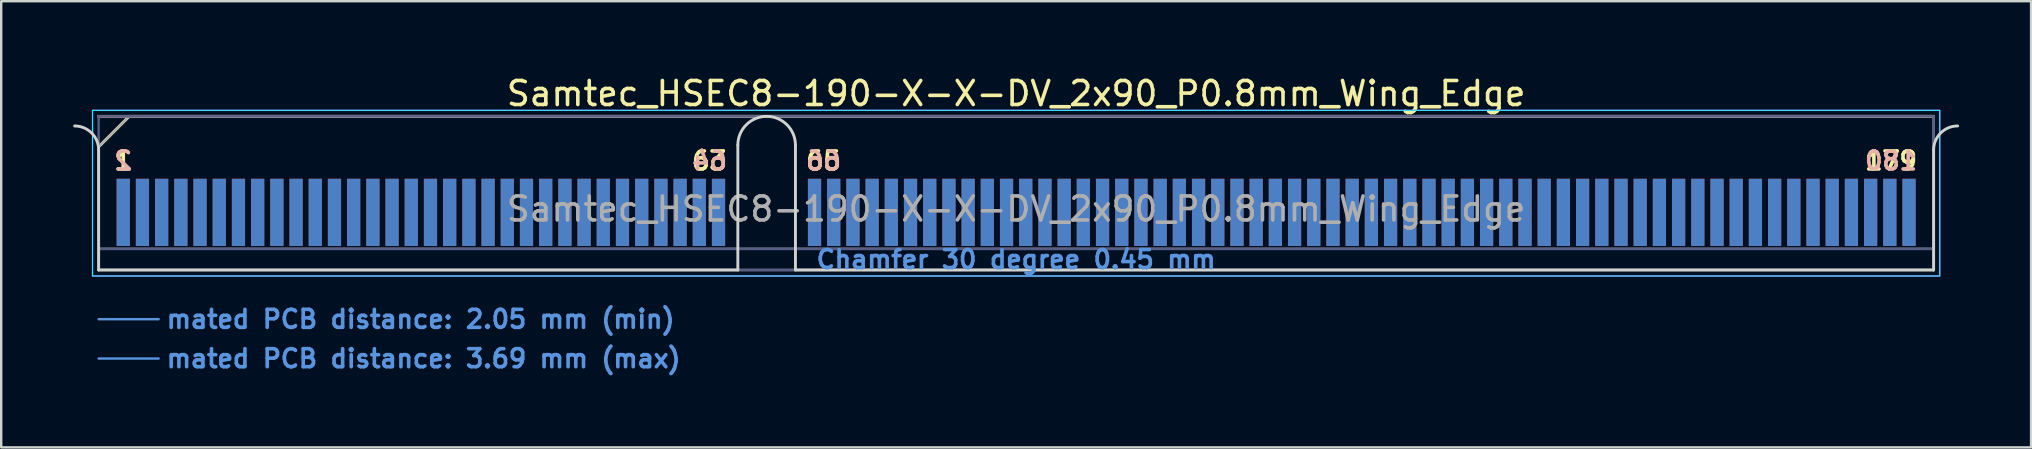
<source format=kicad_pcb>
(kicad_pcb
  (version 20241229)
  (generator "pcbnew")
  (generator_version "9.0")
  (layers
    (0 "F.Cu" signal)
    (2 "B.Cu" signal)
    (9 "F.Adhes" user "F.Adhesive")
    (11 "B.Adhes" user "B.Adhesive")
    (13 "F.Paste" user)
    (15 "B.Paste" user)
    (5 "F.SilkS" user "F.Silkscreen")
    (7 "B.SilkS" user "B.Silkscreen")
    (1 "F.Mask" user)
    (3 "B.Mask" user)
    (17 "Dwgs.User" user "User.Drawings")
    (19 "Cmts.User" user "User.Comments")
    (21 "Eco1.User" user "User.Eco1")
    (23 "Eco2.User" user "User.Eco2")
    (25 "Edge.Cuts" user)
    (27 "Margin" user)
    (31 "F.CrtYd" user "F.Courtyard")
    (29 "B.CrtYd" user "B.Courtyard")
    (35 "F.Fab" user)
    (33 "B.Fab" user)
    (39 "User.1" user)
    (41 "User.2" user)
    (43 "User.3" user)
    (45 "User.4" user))
  (footprint "Samtec_HSEC8-190-X-X-DV_2x90_P0.8mm_Wing_Edge"
    (layer "F.Cu")
    (at 39.285 8.198)
    (property "Reference" "Samtec_HSEC8-190-X-X-DV_2x90_P0.8mm_Wing_Edge" (at 0 -7.35 0) (layer "F.SilkS") (effects (font (size 1 1) (thickness 0.15))))
    (attr exclude_from_pos_files exclude_from_bom)
    (fp_line (start -38.225 -5.13) (end -36.955 -6.4) (stroke (width 0.12) (type solid)) (layer "F.SilkS"))
    (fp_line (start -36.955 -6.4) (end 38.225 -6.4) (stroke (width 0.12) (type solid)) (layer "F.SilkS"))
    (fp_line (start -38.225 -6.4) (end -38.225 -6.4) (stroke (width 0.12) (type solid)) (layer "B.SilkS"))
    (fp_line (start -38.225 -6.4) (end 38.225 -6.4) (stroke (width 0.12) (type solid)) (layer "B.SilkS"))
    (fp_line (start -38.225 2.05) (end -35.725 2.05) (stroke (width 0.1) (type solid)) (layer "Cmts.User"))
    (fp_line (start -38.225 3.69) (end -35.725 3.69) (stroke (width 0.1) (type solid)) (layer "Cmts.User"))
    (fp_line (start -38.225 -5) (end -38.225 0) (stroke (width 0.12) (type solid)) (layer "Edge.Cuts"))
    (fp_line (start -38.225 0) (end -11.595 0) (stroke (width 0.12) (type solid)) (layer "Edge.Cuts"))
    (fp_line (start -11.595 0) (end -11.595 -5.2) (stroke (width 0.12) (type solid)) (layer "Edge.Cuts"))
    (fp_line (start -9.195 -5.2) (end -9.195 0) (stroke (width 0.12) (type solid)) (layer "Edge.Cuts"))
    (fp_line (start -9.195 0) (end 38.225 0) (stroke (width 0.12) (type solid)) (layer "Edge.Cuts"))
    (fp_line (start 38.225 0) (end 38.225 -5) (stroke (width 0.12) (type solid)) (layer "Edge.Cuts"))
    (fp_arc (start -39.225 -6) (mid -38.517893 -5.707107) (end -38.225 -5) (stroke (width 0.12) (type solid)) (layer "Edge.Cuts"))
    (fp_arc (start -11.595 -5.2) (mid -10.395 -6.4) (end -9.195 -5.2) (stroke (width 0.12) (type solid)) (layer "Edge.Cuts"))
    (fp_arc (start 38.225 -5) (mid 38.517893 -5.707107) (end 39.225 -6) (stroke (width 0.12) (type solid)) (layer "Edge.Cuts"))
    (fp_rect (start -38.48 -6.65) (end 38.48 0.25) (stroke (width 0.05) (type solid)) (fill no) (layer "B.CrtYd"))
    (fp_rect (start -38.48 -6.65) (end 38.48 0.25) (stroke (width 0.05) (type solid)) (fill no) (layer "F.CrtYd"))
    (fp_line (start -38.225 -6.4) (end -38.225 -6.4) (stroke (width 0.1) (type solid)) (layer "B.Fab"))
    (fp_line (start -38.225 -6.4) (end -38.225 0) (stroke (width 0.1) (type solid)) (layer "B.Fab"))
    (fp_line (start -38.225 -6.4) (end 38.225 -6.4) (stroke (width 0.1) (type solid)) (layer "B.Fab"))
    (fp_line (start -38.225 -0.88) (end 38.225 -0.88) (stroke (width 0.1) (type solid)) (layer "B.Fab"))
    (fp_line (start -38.225 0) (end 38.225 0) (stroke (width 0.1) (type solid)) (layer "B.Fab"))
    (fp_line (start 38.225 -6.4) (end 38.225 0) (stroke (width 0.1) (type solid)) (layer "B.Fab"))
    (fp_line (start -38.225 -5.13) (end -38.225 0) (stroke (width 0.1) (type solid)) (layer "F.Fab"))
    (fp_line (start -38.225 -5.13) (end -36.955 -6.4) (stroke (width 0.1) (type solid)) (layer "F.Fab"))
    (fp_line (start -38.225 -0.88) (end 38.225 -0.88) (stroke (width 0.1) (type solid)) (layer "F.Fab"))
    (fp_line (start -38.225 0) (end 38.225 0) (stroke (width 0.1) (type solid)) (layer "F.Fab"))
    (fp_line (start -36.955 -6.4) (end 38.225 -6.4) (stroke (width 0.1) (type solid)) (layer "F.Fab"))
    (fp_line (start 38.225 -6.4) (end 38.225 0) (stroke (width 0.1) (type solid)) (layer "F.Fab"))
    (fp_text user "65" (at -8.025 -4.55 0) (layer "F.SilkS") (effects (font (size 0.75 0.75) (thickness 0.15))))
    (fp_text user "63" (at -12.775 -4.55 0) (layer "F.SilkS") (effects (font (size 0.75 0.75) (thickness 0.15))))
    (fp_text user "1" (at -37.2 -4.55 0) (layer "F.SilkS") (effects (font (size 0.75 0.75) (thickness 0.15))))
    (fp_text user "179" (at 36.45 -4.55 0) (layer "F.SilkS") (effects (font (size 0.75 0.75) (thickness 0.15))))
    (fp_text user "180" (at 36.45 -4.55 0) (layer "B.SilkS") (effects (font (size 0.75 0.75) (thickness 0.15)) (justify mirror)))
    (fp_text user "66" (at -8.025 -4.55 0) (layer "B.SilkS") (effects (font (size 0.75 0.75) (thickness 0.15)) (justify mirror)))
    (fp_text user "64" (at -12.775 -4.55 0) (layer "B.SilkS") (effects (font (size 0.75 0.75) (thickness 0.15)) (justify mirror)))
    (fp_text user "2" (at -37.2 -4.55 0) (layer "B.SilkS") (effects (font (size 0.75 0.75) (thickness 0.15)) (justify mirror)))
    (fp_text user "Chamfer 30 degree 0.45 mm" (at 0 -0.44 0) (layer "Cmts.User") (effects (font (size 0.75 0.75) (thickness 0.15))))
    (fp_text user "mated PCB distance: 3.69 mm (max)" (at -35.48 3.69 0) (layer "Cmts.User") (effects (font (size 0.75 0.75) (thickness 0.15)) (justify left)))
    (fp_text user "mated PCB distance: 2.05 mm (min)" (at -35.48 2.05 0) (layer "Cmts.User") (effects (font (size 0.75 0.75) (thickness 0.15)) (justify left)))
    (fp_text user "${REFERENCE}" (at 0 -2.54 0) (layer "F.Fab") (effects (font (size 1 1) (thickness 0.15))))
    (pad "1" connect rect (at -37.2 -2.4) (size 0.55 2.8) (layers "F.Cu" "F.Mask"))
    (pad "2" connect rect (at -37.2 -2.4) (size 0.55 2.8) (layers "B.Cu" "B.Mask"))
    (pad "3" connect rect (at -36.4 -2.4) (size 0.55 2.8) (layers "F.Cu" "F.Mask"))
    (pad "4" connect rect (at -36.4 -2.4) (size 0.55 2.8) (layers "B.Cu" "B.Mask"))
    (pad "5" connect rect (at -35.6 -2.4) (size 0.55 2.8) (layers "F.Cu" "F.Mask"))
    (pad "6" connect rect (at -35.6 -2.4) (size 0.55 2.8) (layers "B.Cu" "B.Mask"))
    (pad "7" connect rect (at -34.8 -2.4) (size 0.55 2.8) (layers "F.Cu" "F.Mask"))
    (pad "8" connect rect (at -34.8 -2.4) (size 0.55 2.8) (layers "B.Cu" "B.Mask"))
    (pad "9" connect rect (at -34 -2.4) (size 0.55 2.8) (layers "F.Cu" "F.Mask"))
    (pad "10" connect rect (at -34 -2.4) (size 0.55 2.8) (layers "B.Cu" "B.Mask"))
    (pad "11" connect rect (at -33.2 -2.4) (size 0.55 2.8) (layers "F.Cu" "F.Mask"))
    (pad "12" connect rect (at -33.2 -2.4) (size 0.55 2.8) (layers "B.Cu" "B.Mask"))
    (pad "13" connect rect (at -32.4 -2.4) (size 0.55 2.8) (layers "F.Cu" "F.Mask"))
    (pad "14" connect rect (at -32.4 -2.4) (size 0.55 2.8) (layers "B.Cu" "B.Mask"))
    (pad "15" connect rect (at -31.6 -2.4) (size 0.55 2.8) (layers "F.Cu" "F.Mask"))
    (pad "16" connect rect (at -31.6 -2.4) (size 0.55 2.8) (layers "B.Cu" "B.Mask"))
    (pad "17" connect rect (at -30.8 -2.4) (size 0.55 2.8) (layers "F.Cu" "F.Mask"))
    (pad "18" connect rect (at -30.8 -2.4) (size 0.55 2.8) (layers "B.Cu" "B.Mask"))
    (pad "19" connect rect (at -30 -2.4) (size 0.55 2.8) (layers "F.Cu" "F.Mask"))
    (pad "20" connect rect (at -30 -2.4) (size 0.55 2.8) (layers "B.Cu" "B.Mask"))
    (pad "21" connect rect (at -29.2 -2.4) (size 0.55 2.8) (layers "F.Cu" "F.Mask"))
    (pad "22" connect rect (at -29.2 -2.4) (size 0.55 2.8) (layers "B.Cu" "B.Mask"))
    (pad "23" connect rect (at -28.4 -2.4) (size 0.55 2.8) (layers "F.Cu" "F.Mask"))
    (pad "24" connect rect (at -28.4 -2.4) (size 0.55 2.8) (layers "B.Cu" "B.Mask"))
    (pad "25" connect rect (at -27.6 -2.4) (size 0.55 2.8) (layers "F.Cu" "F.Mask"))
    (pad "26" connect rect (at -27.6 -2.4) (size 0.55 2.8) (layers "B.Cu" "B.Mask"))
    (pad "27" connect rect (at -26.8 -2.4) (size 0.55 2.8) (layers "F.Cu" "F.Mask"))
    (pad "28" connect rect (at -26.8 -2.4) (size 0.55 2.8) (layers "B.Cu" "B.Mask"))
    (pad "29" connect rect (at -26 -2.4) (size 0.55 2.8) (layers "F.Cu" "F.Mask"))
    (pad "30" connect rect (at -26 -2.4) (size 0.55 2.8) (layers "B.Cu" "B.Mask"))
    (pad "31" connect rect (at -25.2 -2.4) (size 0.55 2.8) (layers "F.Cu" "F.Mask"))
    (pad "32" connect rect (at -25.2 -2.4) (size 0.55 2.8) (layers "B.Cu" "B.Mask"))
    (pad "33" connect rect (at -24.4 -2.4) (size 0.55 2.8) (layers "F.Cu" "F.Mask"))
    (pad "34" connect rect (at -24.4 -2.4) (size 0.55 2.8) (layers "B.Cu" "B.Mask"))
    (pad "35" connect rect (at -23.6 -2.4) (size 0.55 2.8) (layers "F.Cu" "F.Mask"))
    (pad "36" connect rect (at -23.6 -2.4) (size 0.55 2.8) (layers "B.Cu" "B.Mask"))
    (pad "37" connect rect (at -22.8 -2.4) (size 0.55 2.8) (layers "F.Cu" "F.Mask"))
    (pad "38" connect rect (at -22.8 -2.4) (size 0.55 2.8) (layers "B.Cu" "B.Mask"))
    (pad "39" connect rect (at -22 -2.4) (size 0.55 2.8) (layers "F.Cu" "F.Mask"))
    (pad "40" connect rect (at -22 -2.4) (size 0.55 2.8) (layers "B.Cu" "B.Mask"))
    (pad "41" connect rect (at -21.2 -2.4) (size 0.55 2.8) (layers "F.Cu" "F.Mask"))
    (pad "42" connect rect (at -21.2 -2.4) (size 0.55 2.8) (layers "B.Cu" "B.Mask"))
    (pad "43" connect rect (at -20.4 -2.4) (size 0.55 2.8) (layers "F.Cu" "F.Mask"))
    (pad "44" connect rect (at -20.4 -2.4) (size 0.55 2.8) (layers "B.Cu" "B.Mask"))
    (pad "45" connect rect (at -19.6 -2.4) (size 0.55 2.8) (layers "F.Cu" "F.Mask"))
    (pad "46" connect rect (at -19.6 -2.4) (size 0.55 2.8) (layers "B.Cu" "B.Mask"))
    (pad "47" connect rect (at -18.8 -2.4) (size 0.55 2.8) (layers "F.Cu" "F.Mask"))
    (pad "48" connect rect (at -18.8 -2.4) (size 0.55 2.8) (layers "B.Cu" "B.Mask"))
    (pad "49" connect rect (at -18 -2.4) (size 0.55 2.8) (layers "F.Cu" "F.Mask"))
    (pad "50" connect rect (at -18 -2.4) (size 0.55 2.8) (layers "B.Cu" "B.Mask"))
    (pad "51" connect rect (at -17.2 -2.4) (size 0.55 2.8) (layers "F.Cu" "F.Mask"))
    (pad "52" connect rect (at -17.2 -2.4) (size 0.55 2.8) (layers "B.Cu" "B.Mask"))
    (pad "53" connect rect (at -16.4 -2.4) (size 0.55 2.8) (layers "F.Cu" "F.Mask"))
    (pad "54" connect rect (at -16.4 -2.4) (size 0.55 2.8) (layers "B.Cu" "B.Mask"))
    (pad "55" connect rect (at -15.6 -2.4) (size 0.55 2.8) (layers "F.Cu" "F.Mask"))
    (pad "56" connect rect (at -15.6 -2.4) (size 0.55 2.8) (layers "B.Cu" "B.Mask"))
    (pad "57" connect rect (at -14.8 -2.4) (size 0.55 2.8) (layers "F.Cu" "F.Mask"))
    (pad "58" connect rect (at -14.8 -2.4) (size 0.55 2.8) (layers "B.Cu" "B.Mask"))
    (pad "59" connect rect (at -14 -2.4) (size 0.55 2.8) (layers "F.Cu" "F.Mask"))
    (pad "60" connect rect (at -14 -2.4) (size 0.55 2.8) (layers "B.Cu" "B.Mask"))
    (pad "61" connect rect (at -13.2 -2.4) (size 0.55 2.8) (layers "F.Cu" "F.Mask"))
    (pad "62" connect rect (at -13.2 -2.4) (size 0.55 2.8) (layers "B.Cu" "B.Mask"))
    (pad "63" connect rect (at -12.4 -2.4) (size 0.55 2.8) (layers "F.Cu" "F.Mask"))
    (pad "64" connect rect (at -12.4 -2.4) (size 0.55 2.8) (layers "B.Cu" "B.Mask"))
    (pad "65" connect rect (at -8.4 -2.4) (size 0.55 2.8) (layers "F.Cu" "F.Mask"))
    (pad "66" connect rect (at -8.4 -2.4) (size 0.55 2.8) (layers "B.Cu" "B.Mask"))
    (pad "67" connect rect (at -7.6 -2.4) (size 0.55 2.8) (layers "F.Cu" "F.Mask"))
    (pad "68" connect rect (at -7.6 -2.4) (size 0.55 2.8) (layers "B.Cu" "B.Mask"))
    (pad "69" connect rect (at -6.8 -2.4) (size 0.55 2.8) (layers "F.Cu" "F.Mask"))
    (pad "70" connect rect (at -6.8 -2.4) (size 0.55 2.8) (layers "B.Cu" "B.Mask"))
    (pad "71" connect rect (at -6 -2.4) (size 0.55 2.8) (layers "F.Cu" "F.Mask"))
    (pad "72" connect rect (at -6 -2.4) (size 0.55 2.8) (layers "B.Cu" "B.Mask"))
    (pad "73" connect rect (at -5.2 -2.4) (size 0.55 2.8) (layers "F.Cu" "F.Mask"))
    (pad "74" connect rect (at -5.2 -2.4) (size 0.55 2.8) (layers "B.Cu" "B.Mask"))
    (pad "75" connect rect (at -4.4 -2.4) (size 0.55 2.8) (layers "F.Cu" "F.Mask"))
    (pad "76" connect rect (at -4.4 -2.4) (size 0.55 2.8) (layers "B.Cu" "B.Mask"))
    (pad "77" connect rect (at -3.6 -2.4) (size 0.55 2.8) (layers "F.Cu" "F.Mask"))
    (pad "78" connect rect (at -3.6 -2.4) (size 0.55 2.8) (layers "B.Cu" "B.Mask"))
    (pad "79" connect rect (at -2.8 -2.4) (size 0.55 2.8) (layers "F.Cu" "F.Mask"))
    (pad "80" connect rect (at -2.8 -2.4) (size 0.55 2.8) (layers "B.Cu" "B.Mask"))
    (pad "81" connect rect (at -2 -2.4) (size 0.55 2.8) (layers "F.Cu" "F.Mask"))
    (pad "82" connect rect (at -2 -2.4) (size 0.55 2.8) (layers "B.Cu" "B.Mask"))
    (pad "83" connect rect (at -1.2 -2.4) (size 0.55 2.8) (layers "F.Cu" "F.Mask"))
    (pad "84" connect rect (at -1.2 -2.4) (size 0.55 2.8) (layers "B.Cu" "B.Mask"))
    (pad "85" connect rect (at -0.4 -2.4) (size 0.55 2.8) (layers "F.Cu" "F.Mask"))
    (pad "86" connect rect (at -0.4 -2.4) (size 0.55 2.8) (layers "B.Cu" "B.Mask"))
    (pad "87" connect rect (at 0.4 -2.4) (size 0.55 2.8) (layers "F.Cu" "F.Mask"))
    (pad "88" connect rect (at 0.4 -2.4) (size 0.55 2.8) (layers "B.Cu" "B.Mask"))
    (pad "89" connect rect (at 1.2 -2.4) (size 0.55 2.8) (layers "F.Cu" "F.Mask"))
    (pad "90" connect rect (at 1.2 -2.4) (size 0.55 2.8) (layers "B.Cu" "B.Mask"))
    (pad "91" connect rect (at 2 -2.4) (size 0.55 2.8) (layers "F.Cu" "F.Mask"))
    (pad "92" connect rect (at 2 -2.4) (size 0.55 2.8) (layers "B.Cu" "B.Mask"))
    (pad "93" connect rect (at 2.8 -2.4) (size 0.55 2.8) (layers "F.Cu" "F.Mask"))
    (pad "94" connect rect (at 2.8 -2.4) (size 0.55 2.8) (layers "B.Cu" "B.Mask"))
    (pad "95" connect rect (at 3.6 -2.4) (size 0.55 2.8) (layers "F.Cu" "F.Mask"))
    (pad "96" connect rect (at 3.6 -2.4) (size 0.55 2.8) (layers "B.Cu" "B.Mask"))
    (pad "97" connect rect (at 4.4 -2.4) (size 0.55 2.8) (layers "F.Cu" "F.Mask"))
    (pad "98" connect rect (at 4.4 -2.4) (size 0.55 2.8) (layers "B.Cu" "B.Mask"))
    (pad "99" connect rect (at 5.2 -2.4) (size 0.55 2.8) (layers "F.Cu" "F.Mask"))
    (pad "100" connect rect (at 5.2 -2.4) (size 0.55 2.8) (layers "B.Cu" "B.Mask"))
    (pad "101" connect rect (at 6 -2.4) (size 0.55 2.8) (layers "F.Cu" "F.Mask"))
    (pad "102" connect rect (at 6 -2.4) (size 0.55 2.8) (layers "B.Cu" "B.Mask"))
    (pad "103" connect rect (at 6.8 -2.4) (size 0.55 2.8) (layers "F.Cu" "F.Mask"))
    (pad "104" connect rect (at 6.8 -2.4) (size 0.55 2.8) (layers "B.Cu" "B.Mask"))
    (pad "105" connect rect (at 7.6 -2.4) (size 0.55 2.8) (layers "F.Cu" "F.Mask"))
    (pad "106" connect rect (at 7.6 -2.4) (size 0.55 2.8) (layers "B.Cu" "B.Mask"))
    (pad "107" connect rect (at 8.4 -2.4) (size 0.55 2.8) (layers "F.Cu" "F.Mask"))
    (pad "108" connect rect (at 8.4 -2.4) (size 0.55 2.8) (layers "B.Cu" "B.Mask"))
    (pad "109" connect rect (at 9.2 -2.4) (size 0.55 2.8) (layers "F.Cu" "F.Mask"))
    (pad "110" connect rect (at 9.2 -2.4) (size 0.55 2.8) (layers "B.Cu" "B.Mask"))
    (pad "111" connect rect (at 10 -2.4) (size 0.55 2.8) (layers "F.Cu" "F.Mask"))
    (pad "112" connect rect (at 10 -2.4) (size 0.55 2.8) (layers "B.Cu" "B.Mask"))
    (pad "113" connect rect (at 10.8 -2.4) (size 0.55 2.8) (layers "F.Cu" "F.Mask"))
    (pad "114" connect rect (at 10.8 -2.4) (size 0.55 2.8) (layers "B.Cu" "B.Mask"))
    (pad "115" connect rect (at 11.6 -2.4) (size 0.55 2.8) (layers "F.Cu" "F.Mask"))
    (pad "116" connect rect (at 11.6 -2.4) (size 0.55 2.8) (layers "B.Cu" "B.Mask"))
    (pad "117" connect rect (at 12.4 -2.4) (size 0.55 2.8) (layers "F.Cu" "F.Mask"))
    (pad "118" connect rect (at 12.4 -2.4) (size 0.55 2.8) (layers "B.Cu" "B.Mask"))
    (pad "119" connect rect (at 13.2 -2.4) (size 0.55 2.8) (layers "F.Cu" "F.Mask"))
    (pad "120" connect rect (at 13.2 -2.4) (size 0.55 2.8) (layers "B.Cu" "B.Mask"))
    (pad "121" connect rect (at 14 -2.4) (size 0.55 2.8) (layers "F.Cu" "F.Mask"))
    (pad "122" connect rect (at 14 -2.4) (size 0.55 2.8) (layers "B.Cu" "B.Mask"))
    (pad "123" connect rect (at 14.8 -2.4) (size 0.55 2.8) (layers "F.Cu" "F.Mask"))
    (pad "124" connect rect (at 14.8 -2.4) (size 0.55 2.8) (layers "B.Cu" "B.Mask"))
    (pad "125" connect rect (at 15.6 -2.4) (size 0.55 2.8) (layers "F.Cu" "F.Mask"))
    (pad "126" connect rect (at 15.6 -2.4) (size 0.55 2.8) (layers "B.Cu" "B.Mask"))
    (pad "127" connect rect (at 16.4 -2.4) (size 0.55 2.8) (layers "F.Cu" "F.Mask"))
    (pad "128" connect rect (at 16.4 -2.4) (size 0.55 2.8) (layers "B.Cu" "B.Mask"))
    (pad "129" connect rect (at 17.2 -2.4) (size 0.55 2.8) (layers "F.Cu" "F.Mask"))
    (pad "130" connect rect (at 17.2 -2.4) (size 0.55 2.8) (layers "B.Cu" "B.Mask"))
    (pad "131" connect rect (at 18 -2.4) (size 0.55 2.8) (layers "F.Cu" "F.Mask"))
    (pad "132" connect rect (at 18 -2.4) (size 0.55 2.8) (layers "B.Cu" "B.Mask"))
    (pad "133" connect rect (at 18.8 -2.4) (size 0.55 2.8) (layers "F.Cu" "F.Mask"))
    (pad "134" connect rect (at 18.8 -2.4) (size 0.55 2.8) (layers "B.Cu" "B.Mask"))
    (pad "135" connect rect (at 19.6 -2.4) (size 0.55 2.8) (layers "F.Cu" "F.Mask"))
    (pad "136" connect rect (at 19.6 -2.4) (size 0.55 2.8) (layers "B.Cu" "B.Mask"))
    (pad "137" connect rect (at 20.4 -2.4) (size 0.55 2.8) (layers "F.Cu" "F.Mask"))
    (pad "138" connect rect (at 20.4 -2.4) (size 0.55 2.8) (layers "B.Cu" "B.Mask"))
    (pad "139" connect rect (at 21.2 -2.4) (size 0.55 2.8) (layers "F.Cu" "F.Mask"))
    (pad "140" connect rect (at 21.2 -2.4) (size 0.55 2.8) (layers "B.Cu" "B.Mask"))
    (pad "141" connect rect (at 22 -2.4) (size 0.55 2.8) (layers "F.Cu" "F.Mask"))
    (pad "142" connect rect (at 22 -2.4) (size 0.55 2.8) (layers "B.Cu" "B.Mask"))
    (pad "143" connect rect (at 22.8 -2.4) (size 0.55 2.8) (layers "F.Cu" "F.Mask"))
    (pad "144" connect rect (at 22.8 -2.4) (size 0.55 2.8) (layers "B.Cu" "B.Mask"))
    (pad "145" connect rect (at 23.6 -2.4) (size 0.55 2.8) (layers "F.Cu" "F.Mask"))
    (pad "146" connect rect (at 23.6 -2.4) (size 0.55 2.8) (layers "B.Cu" "B.Mask"))
    (pad "147" connect rect (at 24.4 -2.4) (size 0.55 2.8) (layers "F.Cu" "F.Mask"))
    (pad "148" connect rect (at 24.4 -2.4) (size 0.55 2.8) (layers "B.Cu" "B.Mask"))
    (pad "149" connect rect (at 25.2 -2.4) (size 0.55 2.8) (layers "F.Cu" "F.Mask"))
    (pad "150" connect rect (at 25.2 -2.4) (size 0.55 2.8) (layers "B.Cu" "B.Mask"))
    (pad "151" connect rect (at 26 -2.4) (size 0.55 2.8) (layers "F.Cu" "F.Mask"))
    (pad "152" connect rect (at 26 -2.4) (size 0.55 2.8) (layers "B.Cu" "B.Mask"))
    (pad "153" connect rect (at 26.8 -2.4) (size 0.55 2.8) (layers "F.Cu" "F.Mask"))
    (pad "154" connect rect (at 26.8 -2.4) (size 0.55 2.8) (layers "B.Cu" "B.Mask"))
    (pad "155" connect rect (at 27.6 -2.4) (size 0.55 2.8) (layers "F.Cu" "F.Mask"))
    (pad "156" connect rect (at 27.6 -2.4) (size 0.55 2.8) (layers "B.Cu" "B.Mask"))
    (pad "157" connect rect (at 28.4 -2.4) (size 0.55 2.8) (layers "F.Cu" "F.Mask"))
    (pad "158" connect rect (at 28.4 -2.4) (size 0.55 2.8) (layers "B.Cu" "B.Mask"))
    (pad "159" connect rect (at 29.2 -2.4) (size 0.55 2.8) (layers "F.Cu" "F.Mask"))
    (pad "160" connect rect (at 29.2 -2.4) (size 0.55 2.8) (layers "B.Cu" "B.Mask"))
    (pad "161" connect rect (at 30 -2.4) (size 0.55 2.8) (layers "F.Cu" "F.Mask"))
    (pad "162" connect rect (at 30 -2.4) (size 0.55 2.8) (layers "B.Cu" "B.Mask"))
    (pad "163" connect rect (at 30.8 -2.4) (size 0.55 2.8) (layers "F.Cu" "F.Mask"))
    (pad "164" connect rect (at 30.8 -2.4) (size 0.55 2.8) (layers "B.Cu" "B.Mask"))
    (pad "165" connect rect (at 31.6 -2.4) (size 0.55 2.8) (layers "F.Cu" "F.Mask"))
    (pad "166" connect rect (at 31.6 -2.4) (size 0.55 2.8) (layers "B.Cu" "B.Mask"))
    (pad "167" connect rect (at 32.4 -2.4) (size 0.55 2.8) (layers "F.Cu" "F.Mask"))
    (pad "168" connect rect (at 32.4 -2.4) (size 0.55 2.8) (layers "B.Cu" "B.Mask"))
    (pad "169" connect rect (at 33.2 -2.4) (size 0.55 2.8) (layers "F.Cu" "F.Mask"))
    (pad "170" connect rect (at 33.2 -2.4) (size 0.55 2.8) (layers "B.Cu" "B.Mask"))
    (pad "171" connect rect (at 34 -2.4) (size 0.55 2.8) (layers "F.Cu" "F.Mask"))
    (pad "172" connect rect (at 34 -2.4) (size 0.55 2.8) (layers "B.Cu" "B.Mask"))
    (pad "173" connect rect (at 34.8 -2.4) (size 0.55 2.8) (layers "F.Cu" "F.Mask"))
    (pad "174" connect rect (at 34.8 -2.4) (size 0.55 2.8) (layers "B.Cu" "B.Mask"))
    (pad "175" connect rect (at 35.6 -2.4) (size 0.55 2.8) (layers "F.Cu" "F.Mask"))
    (pad "176" connect rect (at 35.6 -2.4) (size 0.55 2.8) (layers "B.Cu" "B.Mask"))
    (pad "177" connect rect (at 36.4 -2.4) (size 0.55 2.8) (layers "F.Cu" "F.Mask"))
    (pad "178" connect rect (at 36.4 -2.4) (size 0.55 2.8) (layers "B.Cu" "B.Mask"))
    (pad "179" connect rect (at 37.2 -2.4) (size 0.55 2.8) (layers "F.Cu" "F.Mask"))
    (pad "180" connect rect (at 37.2 -2.4) (size 0.55 2.8) (layers "B.Cu" "B.Mask")))
  (gr_rect
    (start -3 -3)
    (end 81.57 15.59)
    (stroke (width 0.1) (type default))
    (fill no)
    (layer "Edge.Cuts")))
</source>
